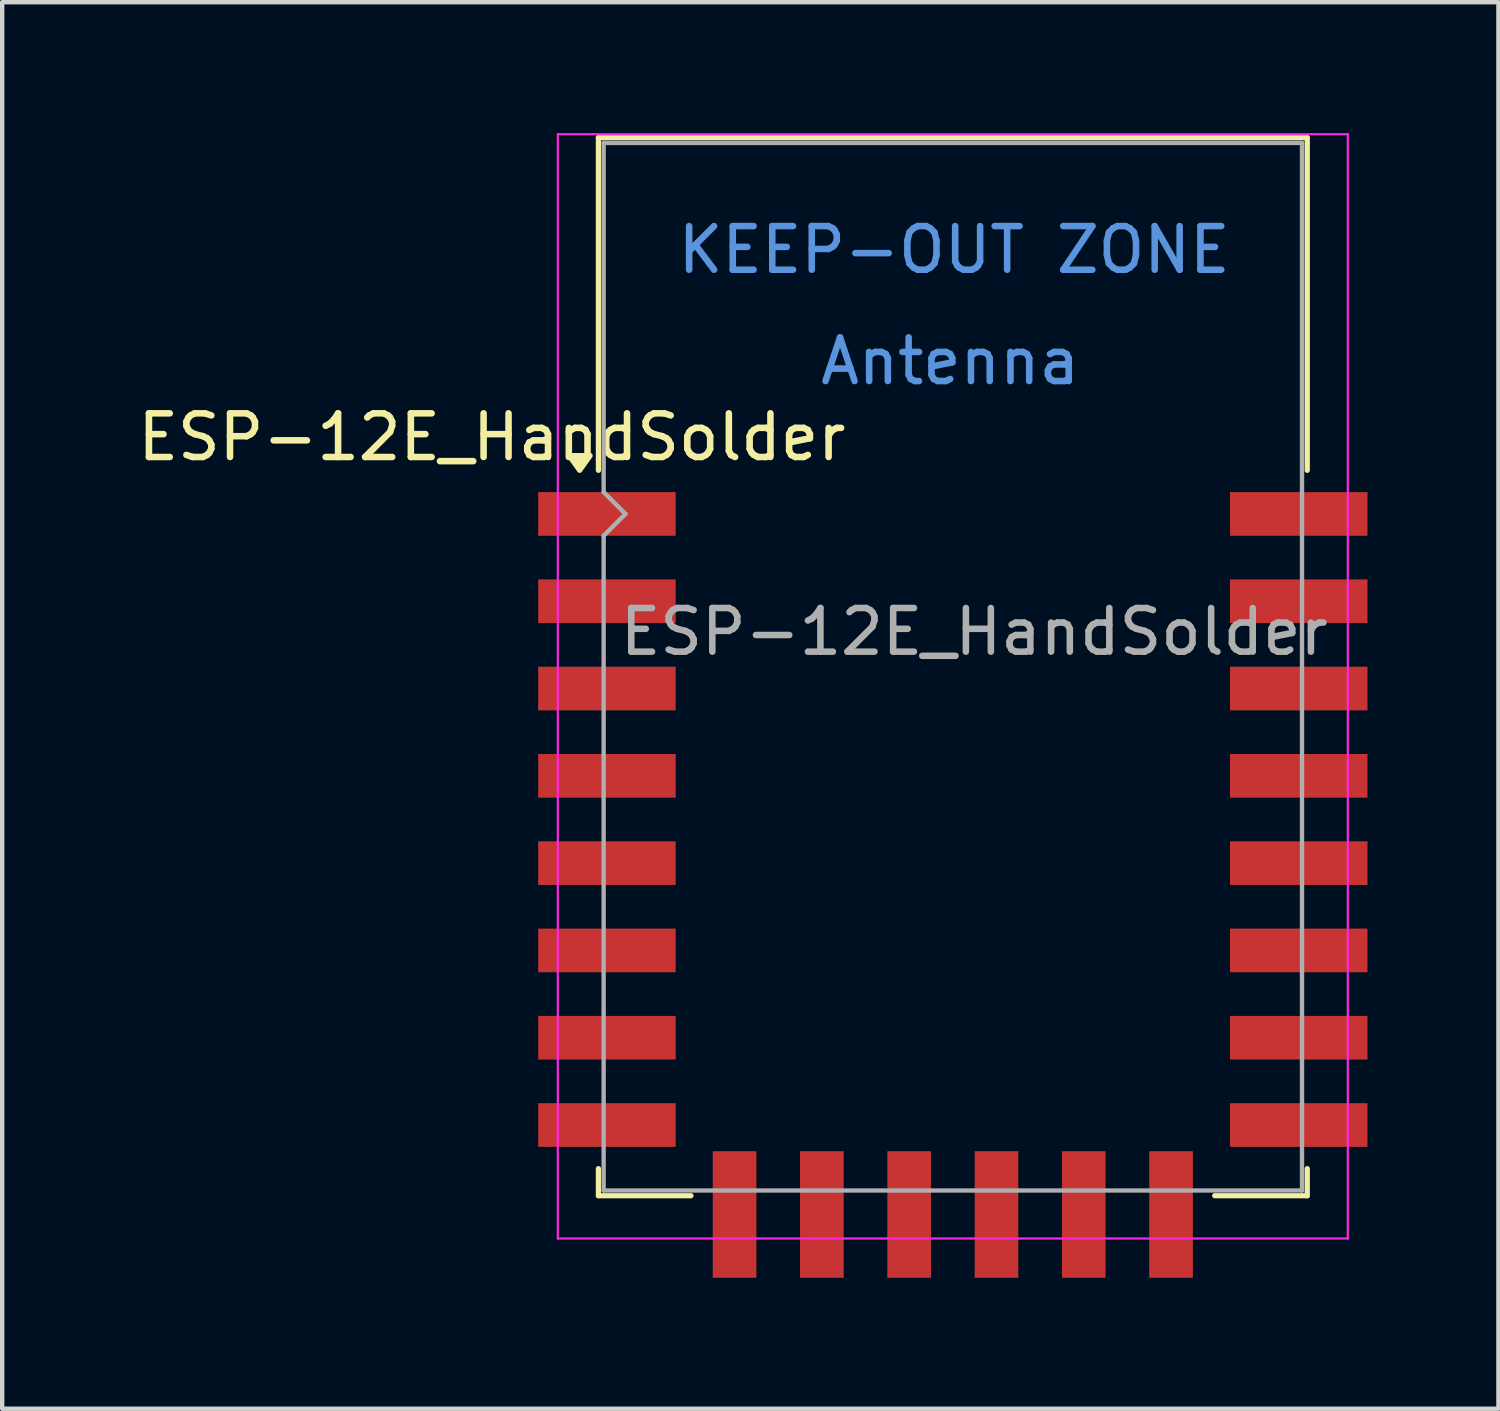
<source format=kicad_pcb>
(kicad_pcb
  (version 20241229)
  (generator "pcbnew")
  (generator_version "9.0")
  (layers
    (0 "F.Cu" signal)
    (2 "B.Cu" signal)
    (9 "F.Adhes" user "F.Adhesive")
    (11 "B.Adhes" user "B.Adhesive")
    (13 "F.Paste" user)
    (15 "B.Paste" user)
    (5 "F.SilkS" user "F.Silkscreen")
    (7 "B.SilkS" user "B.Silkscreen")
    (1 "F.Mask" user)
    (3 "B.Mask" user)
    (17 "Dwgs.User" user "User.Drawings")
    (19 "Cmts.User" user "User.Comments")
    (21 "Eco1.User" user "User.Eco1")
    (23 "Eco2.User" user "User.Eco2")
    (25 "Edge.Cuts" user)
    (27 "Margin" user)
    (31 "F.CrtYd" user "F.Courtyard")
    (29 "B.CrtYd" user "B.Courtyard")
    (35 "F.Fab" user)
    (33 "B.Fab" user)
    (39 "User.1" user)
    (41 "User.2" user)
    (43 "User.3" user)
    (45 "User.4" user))
  (footprint "ESP-12E_HandSolder"
    (layer "F.Cu")
    (at 18.78 12.225)
    (property "Reference" "ESP-12E_HandSolder" (at -10.56 -5.26 0) (layer "F.SilkS") (effects (font (size 1 1) (thickness 0.15))))
    (attr smd)
    (fp_line (start -8.12 -12.12) (end 8.12 -12.12) (stroke (width 0.12) (type solid)) (layer "F.SilkS"))
    (fp_line (start -8.12 -4.5) (end -8.12 -12.12) (stroke (width 0.12) (type solid)) (layer "F.SilkS"))
    (fp_line (start -8.12 12.12) (end -8.12 11.5) (stroke (width 0.12) (type solid)) (layer "F.SilkS"))
    (fp_line (start -6 12.12) (end -8.12 12.12) (stroke (width 0.12) (type solid)) (layer "F.SilkS"))
    (fp_line (start 8.12 -12.12) (end 8.12 -4.5) (stroke (width 0.12) (type solid)) (layer "F.SilkS"))
    (fp_line (start 8.12 11.5) (end 8.12 12.12) (stroke (width 0.12) (type solid)) (layer "F.SilkS"))
    (fp_line (start 8.12 12.12) (end 6 12.12) (stroke (width 0.12) (type solid)) (layer "F.SilkS"))
    (fp_poly (pts (xy -8.55 -4.5) (xy -8.79 -4.836) (xy -8.31 -4.836) (xy -8.55 -4.5)) (stroke (width 0.12) (type solid)) (fill yes) (layer "F.SilkS"))
    (fp_line (start -9.05 -12.2) (end 9.05 -12.2) (stroke (width 0.05) (type solid)) (layer "F.CrtYd"))
    (fp_line (start -9.05 13.1) (end -9.05 -12.2) (stroke (width 0.05) (type solid)) (layer "F.CrtYd"))
    (fp_line (start 9.05 -12.2) (end 9.05 13.1) (stroke (width 0.05) (type solid)) (layer "F.CrtYd"))
    (fp_line (start 9.05 13.1) (end -9.05 13.1) (stroke (width 0.05) (type solid)) (layer "F.CrtYd"))
    (fp_line (start -8 -12) (end 8 -12) (stroke (width 0.1) (type solid)) (layer "F.Fab"))
    (fp_line (start -8 -4) (end -8 -12) (stroke (width 0.1) (type solid)) (layer "F.Fab"))
    (fp_line (start -8 -3) (end -7.5 -3.5) (stroke (width 0.1) (type solid)) (layer "F.Fab"))
    (fp_line (start -8 12) (end -8 -3) (stroke (width 0.1) (type solid)) (layer "F.Fab"))
    (fp_line (start -7.5 -3.5) (end -8 -4) (stroke (width 0.1) (type solid)) (layer "F.Fab"))
    (fp_line (start 8 -12) (end 8 12) (stroke (width 0.1) (type solid)) (layer "F.Fab"))
    (fp_line (start 8 12) (end -8 12) (stroke (width 0.1) (type solid)) (layer "F.Fab"))
    (fp_text user "KEEP-OUT ZONE" (at 0.03 -9.55 180) (layer "Cmts.User") (effects (font (size 1 1) (thickness 0.15))))
    (fp_text user "Antenna" (at -0.06 -7 180) (layer "Cmts.User") (effects (font (size 1 1) (thickness 0.15))))
    (fp_text user "${REFERENCE}" (at 0.49 -0.8 0) (layer "F.Fab") (effects (font (size 1 1) (thickness 0.15))))
    (pad "1" smd rect (at -7.925 -3.5) (size 3.15 1) (layers "F.Cu" "F.Mask" "F.Paste"))
    (pad "2" smd rect (at -7.925 -1.5) (size 3.15 1) (layers "F.Cu" "F.Mask" "F.Paste"))
    (pad "3" smd rect (at -7.925 0.5) (size 3.15 1) (layers "F.Cu" "F.Mask" "F.Paste"))
    (pad "4" smd rect (at -7.925 2.5) (size 3.15 1) (layers "F.Cu" "F.Mask" "F.Paste"))
    (pad "5" smd rect (at -7.925 4.5) (size 3.15 1) (layers "F.Cu" "F.Mask" "F.Paste"))
    (pad "6" smd rect (at -7.925 6.5) (size 3.15 1) (layers "F.Cu" "F.Mask" "F.Paste"))
    (pad "7" smd rect (at -7.925 8.5) (size 3.15 1) (layers "F.Cu" "F.Mask" "F.Paste"))
    (pad "8" smd rect (at -7.925 10.5) (size 3.15 1) (layers "F.Cu" "F.Mask" "F.Paste"))
    (pad "9" smd rect (at -5 12.55) (size 1 2.9) (layers "F.Cu" "F.Mask" "F.Paste"))
    (pad "10" smd rect (at -3 12.55) (size 1 2.9) (layers "F.Cu" "F.Mask" "F.Paste"))
    (pad "11" smd rect (at -1 12.55) (size 1 2.9) (layers "F.Cu" "F.Mask" "F.Paste"))
    (pad "12" smd rect (at 1 12.55) (size 1 2.9) (layers "F.Cu" "F.Mask" "F.Paste"))
    (pad "13" smd rect (at 3 12.55) (size 1 2.9) (layers "F.Cu" "F.Mask" "F.Paste"))
    (pad "14" smd rect (at 5 12.55) (size 1 2.9) (layers "F.Cu" "F.Mask" "F.Paste"))
    (pad "15" smd rect (at 7.925 10.5) (size 3.15 1) (layers "F.Cu" "F.Mask" "F.Paste"))
    (pad "16" smd rect (at 7.925 8.5) (size 3.15 1) (layers "F.Cu" "F.Mask" "F.Paste"))
    (pad "17" smd rect (at 7.925 6.5) (size 3.15 1) (layers "F.Cu" "F.Mask" "F.Paste"))
    (pad "18" smd rect (at 7.925 4.5) (size 3.15 1) (layers "F.Cu" "F.Mask" "F.Paste"))
    (pad "19" smd rect (at 7.925 2.5) (size 3.15 1) (layers "F.Cu" "F.Mask" "F.Paste"))
    (pad "20" smd rect (at 7.925 0.5) (size 3.15 1) (layers "F.Cu" "F.Mask" "F.Paste"))
    (pad "21" smd rect (at 7.925 -1.5) (size 3.15 1) (layers "F.Cu" "F.Mask" "F.Paste"))
    (pad "22" smd rect (at 7.925 -3.5) (size 3.15 1) (layers "F.Cu" "F.Mask" "F.Paste"))
    (zone (net_name "") (layers "F.Cu" "B.Cu") (hatch full 0.508) (connect_pads) (min_thickness 0.254) (filled_areas_thickness no) (keepout (tracks not_allowed) (vias not_allowed) (pads not_allowed) (copperpour not_allowed) (footprints not_allowed)) (placement (enabled no)) (fill) (polygon (pts (xy 10.66 7.425) (xy 26.9 7.425) (xy 26.9 0.105) (xy 10.66 0.105)))))
  (gr_rect
    (start -3 -3)
    (end 31.28 29.225)
    (stroke (width 0.1) (type default))
    (fill no)
    (layer "Edge.Cuts")))
</source>
